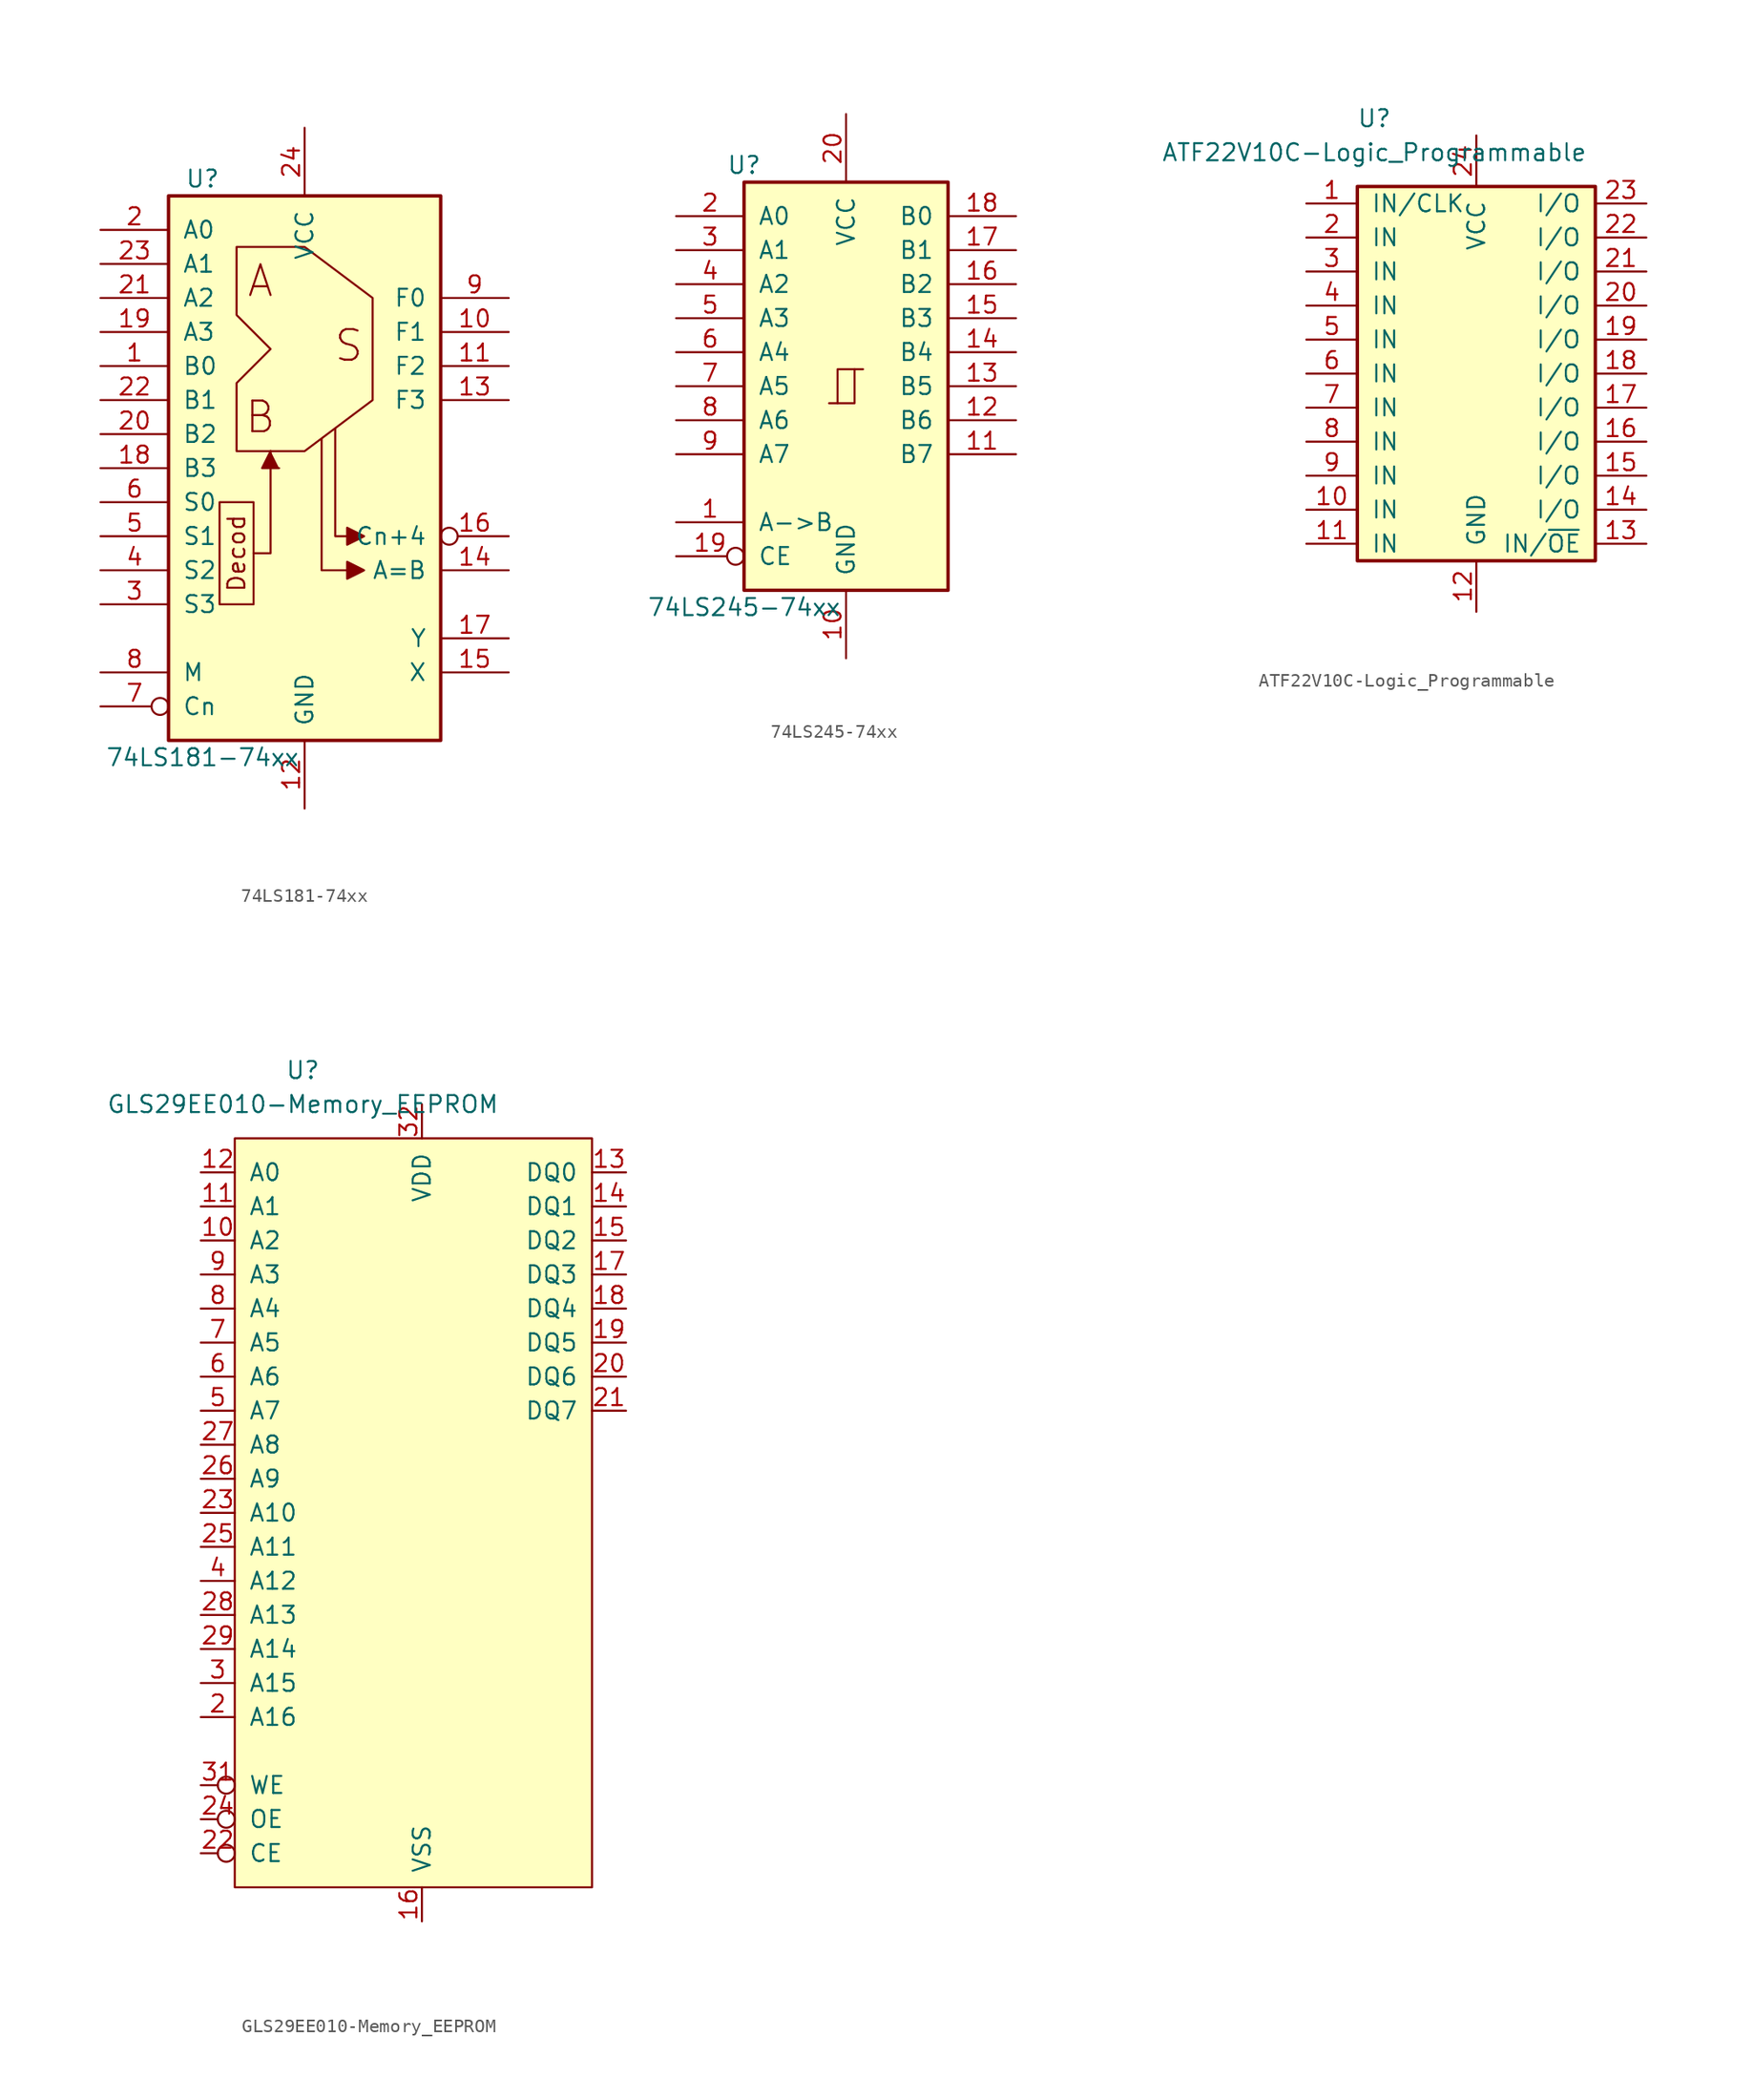
<source format=kicad_sym>
(kicad_symbol_lib
  (version 20220914)
  (generator kicad_symbol_editor)
  (symbol "74LS181-74xx"
    (pin_names
      (offset 1.016))
    (property "Reference" "U"
      (at -7.62 21.59 0)
      (effects (font (size 1.27 1.27))))
    (property "Value" "74LS181-74xx"
      (at -7.62 -21.59 0)
      (effects (font (size 1.27 1.27))))
    (property "ki_locked" ""
      (at 0 0 0)
      (effects (font (size 1.27 1.27))))
    (symbol "74LS181-74xx_1_0"
      (polyline (pts (xy -3.81 -6.35) (xy -2.54 -6.35) (xy -2.54 1.27)) (stroke (width 0) (type solid)) (fill (type none)))
      (polyline (pts (xy -2.54 1.27) (xy -3.175 0) (xy -1.905 0)) (stroke (width 0) (type solid)) (fill (type outline)))
      (polyline (pts (xy 1.27 2.159) (xy 1.27 -7.62) (xy 3.175 -7.62)) (stroke (width 0) (type solid)) (fill (type none)))
      (polyline (pts (xy 3.175 -5.08) (xy 2.286 -5.08) (xy 2.286 2.921)) (stroke (width 0) (type solid)) (fill (type none)))
      (polyline (pts (xy 4.445 -7.62) (xy 3.175 -6.985) (xy 3.175 -8.255) (xy 4.445 -7.62)) (stroke (width 0) (type solid)) (fill (type outline)))
      (polyline (pts (xy 4.445 -5.08) (xy 3.175 -4.445) (xy 3.175 -5.715) (xy 4.445 -5.08)) (stroke (width 0) (type solid)) (fill (type outline)))
      (polyline (pts (xy -6.35 -2.54) (xy -6.35 -10.16) (xy -3.81 -10.16) (xy -3.81 -2.54) (xy -6.35 -2.54)) (stroke (width 0) (type solid)) (fill (type none)))
      (polyline (pts (xy -5.08 16.51) (xy -5.08 11.43) (xy -2.54 8.89) (xy -5.08 6.35) (xy -5.08 1.27) (xy 0 1.27) (xy 5.08 5.08) (xy 5.08 12.7) (xy 0 16.51) (xy -5.08 16.51)) (stroke (width 0) (type solid)) (fill (type none)))
      (text "A" (at -3.302 13.97 0) (effects (font (size 2.286 2.286))))
      (text "B" (at -3.302 3.81 0) (effects (font (size 2.286 2.286))))
      (text "Decod" (at -5.08 -6.35 900) (effects (font (size 1.27 1.27))))
      (text "S" (at 3.302 9.144 0) (effects (font (size 2.286 2.286))))
      (pin input line (at -15.24 7.62 0) (length 5.08) (name "B0" (effects (font (size 1.27 1.27)))) (number "1" (effects (font (size 1.27 1.27)))))
      (pin output line (at 15.24 10.16 180) (length 5.08) (name "F1" (effects (font (size 1.27 1.27)))) (number "10" (effects (font (size 1.27 1.27)))))
      (pin output line (at 15.24 7.62 180) (length 5.08) (name "F2" (effects (font (size 1.27 1.27)))) (number "11" (effects (font (size 1.27 1.27)))))
      (pin power_in line (at 0 -25.4 90) (length 5.08) (name "GND" (effects (font (size 1.27 1.27)))) (number "12" (effects (font (size 1.27 1.27)))))
      (pin output line (at 15.24 5.08 180) (length 5.08) (name "F3" (effects (font (size 1.27 1.27)))) (number "13" (effects (font (size 1.27 1.27)))))
      (pin open_collector line (at 15.24 -7.62 180) (length 5.08) (name "A=B" (effects (font (size 1.27 1.27)))) (number "14" (effects (font (size 1.27 1.27)))))
      (pin output line (at 15.24 -15.24 180) (length 5.08) (name "X" (effects (font (size 1.27 1.27)))) (number "15" (effects (font (size 1.27 1.27)))))
      (pin output inverted (at 15.24 -5.08 180) (length 5.08) (name "Cn+4" (effects (font (size 1.27 1.27)))) (number "16" (effects (font (size 1.27 1.27)))))
      (pin output line (at 15.24 -12.7 180) (length 5.08) (name "Y" (effects (font (size 1.27 1.27)))) (number "17" (effects (font (size 1.27 1.27)))))
      (pin input line (at -15.24 0 0) (length 5.08) (name "B3" (effects (font (size 1.27 1.27)))) (number "18" (effects (font (size 1.27 1.27)))))
      (pin input line (at -15.24 10.16 0) (length 5.08) (name "A3" (effects (font (size 1.27 1.27)))) (number "19" (effects (font (size 1.27 1.27)))))
      (pin input line (at -15.24 17.78 0) (length 5.08) (name "A0" (effects (font (size 1.27 1.27)))) (number "2" (effects (font (size 1.27 1.27)))))
      (pin input line (at -15.24 2.54 0) (length 5.08) (name "B2" (effects (font (size 1.27 1.27)))) (number "20" (effects (font (size 1.27 1.27)))))
      (pin input line (at -15.24 12.7 0) (length 5.08) (name "A2" (effects (font (size 1.27 1.27)))) (number "21" (effects (font (size 1.27 1.27)))))
      (pin input line (at -15.24 5.08 0) (length 5.08) (name "B1" (effects (font (size 1.27 1.27)))) (number "22" (effects (font (size 1.27 1.27)))))
      (pin input line (at -15.24 15.24 0) (length 5.08) (name "A1" (effects (font (size 1.27 1.27)))) (number "23" (effects (font (size 1.27 1.27)))))
      (pin power_in line (at 0 25.4 270) (length 5.08) (name "VCC" (effects (font (size 1.27 1.27)))) (number "24" (effects (font (size 1.27 1.27)))))
      (pin input line (at -15.24 -10.16 0) (length 5.08) (name "S3" (effects (font (size 1.27 1.27)))) (number "3" (effects (font (size 1.27 1.27)))))
      (pin input line (at -15.24 -7.62 0) (length 5.08) (name "S2" (effects (font (size 1.27 1.27)))) (number "4" (effects (font (size 1.27 1.27)))))
      (pin input line (at -15.24 -5.08 0) (length 5.08) (name "S1" (effects (font (size 1.27 1.27)))) (number "5" (effects (font (size 1.27 1.27)))))
      (pin input line (at -15.24 -2.54 0) (length 5.08) (name "S0" (effects (font (size 1.27 1.27)))) (number "6" (effects (font (size 1.27 1.27)))))
      (pin input inverted (at -15.24 -17.78 0) (length 5.08) (name "Cn" (effects (font (size 1.27 1.27)))) (number "7" (effects (font (size 1.27 1.27)))))
      (pin input line (at -15.24 -15.24 0) (length 5.08) (name "M" (effects (font (size 1.27 1.27)))) (number "8" (effects (font (size 1.27 1.27)))))
      (pin output line (at 15.24 12.7 180) (length 5.08) (name "F0" (effects (font (size 1.27 1.27)))) (number "9" (effects (font (size 1.27 1.27))))))
    (symbol "74LS181-74xx_1_1"
      (rectangle (start -10.16 20.32) (end 10.16 -20.32) (stroke (width 0.254) (type solid)) (fill (type background)))))
  (symbol "74LS245-74xx"
    (pin_names
      (offset 1.016))
    (property "Reference" "U"
      (at -7.62 16.51 0)
      (effects (font (size 1.27 1.27))))
    (property "Value" "74LS245-74xx"
      (at -7.62 -16.51 0)
      (effects (font (size 1.27 1.27))))
    (property "ki_locked" ""
      (at 0 0 0)
      (effects (font (size 1.27 1.27))))
    (symbol "74LS245-74xx_1_0"
      (polyline (pts (xy -0.635 -1.27) (xy -0.635 1.27) (xy 0.635 1.27)) (stroke (width 0) (type solid)) (fill (type none)))
      (polyline (pts (xy -1.27 -1.27) (xy 0.635 -1.27) (xy 0.635 1.27) (xy 1.27 1.27)) (stroke (width 0) (type solid)) (fill (type none)))
      (pin input line (at -12.7 -10.16 0) (length 5.08) (name "A->B" (effects (font (size 1.27 1.27)))) (number "1" (effects (font (size 1.27 1.27)))))
      (pin power_in line (at 0 -20.32 90) (length 5.08) (name "GND" (effects (font (size 1.27 1.27)))) (number "10" (effects (font (size 1.27 1.27)))))
      (pin tri_state line (at 12.7 -5.08 180) (length 5.08) (name "B7" (effects (font (size 1.27 1.27)))) (number "11" (effects (font (size 1.27 1.27)))))
      (pin tri_state line (at 12.7 -2.54 180) (length 5.08) (name "B6" (effects (font (size 1.27 1.27)))) (number "12" (effects (font (size 1.27 1.27)))))
      (pin tri_state line (at 12.7 0 180) (length 5.08) (name "B5" (effects (font (size 1.27 1.27)))) (number "13" (effects (font (size 1.27 1.27)))))
      (pin tri_state line (at 12.7 2.54 180) (length 5.08) (name "B4" (effects (font (size 1.27 1.27)))) (number "14" (effects (font (size 1.27 1.27)))))
      (pin tri_state line (at 12.7 5.08 180) (length 5.08) (name "B3" (effects (font (size 1.27 1.27)))) (number "15" (effects (font (size 1.27 1.27)))))
      (pin tri_state line (at 12.7 7.62 180) (length 5.08) (name "B2" (effects (font (size 1.27 1.27)))) (number "16" (effects (font (size 1.27 1.27)))))
      (pin tri_state line (at 12.7 10.16 180) (length 5.08) (name "B1" (effects (font (size 1.27 1.27)))) (number "17" (effects (font (size 1.27 1.27)))))
      (pin tri_state line (at 12.7 12.7 180) (length 5.08) (name "B0" (effects (font (size 1.27 1.27)))) (number "18" (effects (font (size 1.27 1.27)))))
      (pin input inverted (at -12.7 -12.7 0) (length 5.08) (name "CE" (effects (font (size 1.27 1.27)))) (number "19" (effects (font (size 1.27 1.27)))))
      (pin input line (at -12.7 12.7 0) (length 5.08) (name "A0" (effects (font (size 1.27 1.27)))) (number "2" (effects (font (size 1.27 1.27)))))
      (pin power_in line (at 0 20.32 270) (length 5.08) (name "VCC" (effects (font (size 1.27 1.27)))) (number "20" (effects (font (size 1.27 1.27)))))
      (pin input line (at -12.7 10.16 0) (length 5.08) (name "A1" (effects (font (size 1.27 1.27)))) (number "3" (effects (font (size 1.27 1.27)))))
      (pin input line (at -12.7 7.62 0) (length 5.08) (name "A2" (effects (font (size 1.27 1.27)))) (number "4" (effects (font (size 1.27 1.27)))))
      (pin input line (at -12.7 5.08 0) (length 5.08) (name "A3" (effects (font (size 1.27 1.27)))) (number "5" (effects (font (size 1.27 1.27)))))
      (pin input line (at -12.7 2.54 0) (length 5.08) (name "A4" (effects (font (size 1.27 1.27)))) (number "6" (effects (font (size 1.27 1.27)))))
      (pin input line (at -12.7 0 0) (length 5.08) (name "A5" (effects (font (size 1.27 1.27)))) (number "7" (effects (font (size 1.27 1.27)))))
      (pin input line (at -12.7 -2.54 0) (length 5.08) (name "A6" (effects (font (size 1.27 1.27)))) (number "8" (effects (font (size 1.27 1.27)))))
      (pin input line (at -12.7 -5.08 0) (length 5.08) (name "A7" (effects (font (size 1.27 1.27)))) (number "9" (effects (font (size 1.27 1.27))))))
    (symbol "74LS245-74xx_1_1"
      (rectangle (start -7.62 15.24) (end 7.62 -15.24) (stroke (width 0.254) (type solid)) (fill (type background)))))
  (symbol "ATF22V10C-Logic_Programmable"
    (pin_names
      (offset 1.016))
    (property "Reference" "U"
      (at -7.62 17.78 0)
      (effects (font (size 1.27 1.27))))
    (property "Value" "ATF22V10C-Logic_Programmable"
      (at -7.62 15.24 0)
      (effects (font (size 1.27 1.27))))
    (symbol "ATF22V10C-Logic_Programmable_1_1"
      (rectangle (start -8.89 -15.24) (end 8.89 12.7) (stroke (width 0.254) (type solid)) (fill (type background)))
      (pin input line (at -12.7 11.43 0) (length 3.81) (name "IN/CLK" (effects (font (size 1.27 1.27)))) (number "1" (effects (font (size 1.27 1.27)))))
      (pin input line (at -12.7 -11.43 0) (length 3.81) (name "IN" (effects (font (size 1.27 1.27)))) (number "10" (effects (font (size 1.27 1.27)))))
      (pin input line (at -12.7 -13.97 0) (length 3.81) (name "IN" (effects (font (size 1.27 1.27)))) (number "11" (effects (font (size 1.27 1.27)))))
      (pin power_in line (at 0 -19.05 90) (length 3.81) (name "GND" (effects (font (size 1.27 1.27)))) (number "12" (effects (font (size 1.27 1.27)))))
      (pin input line (at 12.7 -13.97 180) (length 3.81) (name "IN/~{OE}" (effects (font (size 1.27 1.27)))) (number "13" (effects (font (size 1.27 1.27)))))
      (pin passive line (at 12.7 -11.43 180) (length 3.81) (name "I/O" (effects (font (size 1.27 1.27)))) (number "14" (effects (font (size 1.27 1.27)))))
      (pin passive line (at 12.7 -8.89 180) (length 3.81) (name "I/O" (effects (font (size 1.27 1.27)))) (number "15" (effects (font (size 1.27 1.27)))))
      (pin passive line (at 12.7 -6.35 180) (length 3.81) (name "I/O" (effects (font (size 1.27 1.27)))) (number "16" (effects (font (size 1.27 1.27)))))
      (pin passive line (at 12.7 -3.81 180) (length 3.81) (name "I/O" (effects (font (size 1.27 1.27)))) (number "17" (effects (font (size 1.27 1.27)))))
      (pin passive line (at 12.7 -1.27 180) (length 3.81) (name "I/O" (effects (font (size 1.27 1.27)))) (number "18" (effects (font (size 1.27 1.27)))))
      (pin passive line (at 12.7 1.27 180) (length 3.81) (name "I/O" (effects (font (size 1.27 1.27)))) (number "19" (effects (font (size 1.27 1.27)))))
      (pin input line (at -12.7 8.89 0) (length 3.81) (name "IN" (effects (font (size 1.27 1.27)))) (number "2" (effects (font (size 1.27 1.27)))))
      (pin passive line (at 12.7 3.81 180) (length 3.81) (name "I/O" (effects (font (size 1.27 1.27)))) (number "20" (effects (font (size 1.27 1.27)))))
      (pin passive line (at 12.7 6.35 180) (length 3.81) (name "I/O" (effects (font (size 1.27 1.27)))) (number "21" (effects (font (size 1.27 1.27)))))
      (pin passive line (at 12.7 8.89 180) (length 3.81) (name "I/O" (effects (font (size 1.27 1.27)))) (number "22" (effects (font (size 1.27 1.27)))))
      (pin passive line (at 12.7 11.43 180) (length 3.81) (name "I/O" (effects (font (size 1.27 1.27)))) (number "23" (effects (font (size 1.27 1.27)))))
      (pin power_in line (at 0 16.51 270) (length 3.81) (name "VCC" (effects (font (size 1.27 1.27)))) (number "24" (effects (font (size 1.27 1.27)))))
      (pin input line (at -12.7 6.35 0) (length 3.81) (name "IN" (effects (font (size 1.27 1.27)))) (number "3" (effects (font (size 1.27 1.27)))))
      (pin input line (at -12.7 3.81 0) (length 3.81) (name "IN" (effects (font (size 1.27 1.27)))) (number "4" (effects (font (size 1.27 1.27)))))
      (pin input line (at -12.7 1.27 0) (length 3.81) (name "IN" (effects (font (size 1.27 1.27)))) (number "5" (effects (font (size 1.27 1.27)))))
      (pin input line (at -12.7 -1.27 0) (length 3.81) (name "IN" (effects (font (size 1.27 1.27)))) (number "6" (effects (font (size 1.27 1.27)))))
      (pin input line (at -12.7 -3.81 0) (length 3.81) (name "IN" (effects (font (size 1.27 1.27)))) (number "7" (effects (font (size 1.27 1.27)))))
      (pin input line (at -12.7 -6.35 0) (length 3.81) (name "IN" (effects (font (size 1.27 1.27)))) (number "8" (effects (font (size 1.27 1.27)))))
      (pin input line (at -12.7 -8.89 0) (length 3.81) (name "IN" (effects (font (size 1.27 1.27)))) (number "9" (effects (font (size 1.27 1.27)))))))
  (symbol "GLS29EE010-Memory_EEPROM"
    (pin_names
      (offset 1.016))
    (property "Reference" "U"
      (at -8.89 5.08 0)
      (effects (font (size 1.27 1.27))))
    (property "Value" "GLS29EE010-Memory_EEPROM"
      (at -8.89 2.54 0)
      (effects (font (size 1.27 1.27))))
    (symbol "GLS29EE010-Memory_EEPROM_0_1"
      (rectangle (start -13.97 0) (end 12.7 -55.88) (stroke (width 0) (type solid)) (fill (type background))))
    (symbol "GLS29EE010-Memory_EEPROM_1_1"
      (pin no_connect non_logic (at 15.24 -25.4 180) (length 2.54) hide (name "NC" (effects (font (size 1.27 1.27)))) (number "1" (effects (font (size 1.27 1.27)))))
      (pin input line (at -16.51 -7.62 0) (length 2.54) (name "A2" (effects (font (size 1.27 1.27)))) (number "10" (effects (font (size 1.27 1.27)))))
      (pin input line (at -16.51 -5.08 0) (length 2.54) (name "A1" (effects (font (size 1.27 1.27)))) (number "11" (effects (font (size 1.27 1.27)))))
      (pin input line (at -16.51 -2.54 0) (length 2.54) (name "A0" (effects (font (size 1.27 1.27)))) (number "12" (effects (font (size 1.27 1.27)))))
      (pin bidirectional line (at 15.24 -2.54 180) (length 2.54) (name "DQ0" (effects (font (size 1.27 1.27)))) (number "13" (effects (font (size 1.27 1.27)))))
      (pin bidirectional line (at 15.24 -5.08 180) (length 2.54) (name "DQ1" (effects (font (size 1.27 1.27)))) (number "14" (effects (font (size 1.27 1.27)))))
      (pin bidirectional line (at 15.24 -7.62 180) (length 2.54) (name "DQ2" (effects (font (size 1.27 1.27)))) (number "15" (effects (font (size 1.27 1.27)))))
      (pin power_in line (at 0 -58.42 90) (length 2.54) (name "VSS" (effects (font (size 1.27 1.27)))) (number "16" (effects (font (size 1.27 1.27)))))
      (pin bidirectional line (at 15.24 -10.16 180) (length 2.54) (name "DQ3" (effects (font (size 1.27 1.27)))) (number "17" (effects (font (size 1.27 1.27)))))
      (pin bidirectional line (at 15.24 -12.7 180) (length 2.54) (name "DQ4" (effects (font (size 1.27 1.27)))) (number "18" (effects (font (size 1.27 1.27)))))
      (pin bidirectional line (at 15.24 -15.24 180) (length 2.54) (name "DQ5" (effects (font (size 1.27 1.27)))) (number "19" (effects (font (size 1.27 1.27)))))
      (pin input line (at -16.51 -43.18 0) (length 2.54) (name "A16" (effects (font (size 1.27 1.27)))) (number "2" (effects (font (size 1.27 1.27)))))
      (pin bidirectional line (at 15.24 -17.78 180) (length 2.54) (name "DQ6" (effects (font (size 1.27 1.27)))) (number "20" (effects (font (size 1.27 1.27)))))
      (pin bidirectional line (at 15.24 -20.32 180) (length 2.54) (name "DQ7" (effects (font (size 1.27 1.27)))) (number "21" (effects (font (size 1.27 1.27)))))
      (pin input inverted (at -16.51 -53.34 0) (length 2.54) (name "CE" (effects (font (size 1.27 1.27)))) (number "22" (effects (font (size 1.27 1.27)))))
      (pin input line (at -16.51 -27.94 0) (length 2.54) (name "A10" (effects (font (size 1.27 1.27)))) (number "23" (effects (font (size 1.27 1.27)))))
      (pin input inverted (at -16.51 -50.8 0) (length 2.54) (name "OE" (effects (font (size 1.27 1.27)))) (number "24" (effects (font (size 1.27 1.27)))))
      (pin input line (at -16.51 -30.48 0) (length 2.54) (name "A11" (effects (font (size 1.27 1.27)))) (number "25" (effects (font (size 1.27 1.27)))))
      (pin input line (at -16.51 -25.4 0) (length 2.54) (name "A9" (effects (font (size 1.27 1.27)))) (number "26" (effects (font (size 1.27 1.27)))))
      (pin input line (at -16.51 -22.86 0) (length 2.54) (name "A8" (effects (font (size 1.27 1.27)))) (number "27" (effects (font (size 1.27 1.27)))))
      (pin input line (at -16.51 -35.56 0) (length 2.54) (name "A13" (effects (font (size 1.27 1.27)))) (number "28" (effects (font (size 1.27 1.27)))))
      (pin input line (at -16.51 -38.1 0) (length 2.54) (name "A14" (effects (font (size 1.27 1.27)))) (number "29" (effects (font (size 1.27 1.27)))))
      (pin input line (at -16.51 -40.64 0) (length 2.54) (name "A15" (effects (font (size 1.27 1.27)))) (number "3" (effects (font (size 1.27 1.27)))))
      (pin no_connect non_logic (at 15.24 -27.94 180) (length 2.54) hide (name "NC" (effects (font (size 1.27 1.27)))) (number "30" (effects (font (size 1.27 1.27)))))
      (pin input inverted (at -16.51 -48.26 0) (length 2.54) (name "WE" (effects (font (size 1.27 1.27)))) (number "31" (effects (font (size 1.27 1.27)))))
      (pin power_in line (at 0 2.54 270) (length 2.54) (name "VDD" (effects (font (size 1.27 1.27)))) (number "32" (effects (font (size 1.27 1.27)))))
      (pin input line (at -16.51 -33.02 0) (length 2.54) (name "A12" (effects (font (size 1.27 1.27)))) (number "4" (effects (font (size 1.27 1.27)))))
      (pin input line (at -16.51 -20.32 0) (length 2.54) (name "A7" (effects (font (size 1.27 1.27)))) (number "5" (effects (font (size 1.27 1.27)))))
      (pin input line (at -16.51 -17.78 0) (length 2.54) (name "A6" (effects (font (size 1.27 1.27)))) (number "6" (effects (font (size 1.27 1.27)))))
      (pin input line (at -16.51 -15.24 0) (length 2.54) (name "A5" (effects (font (size 1.27 1.27)))) (number "7" (effects (font (size 1.27 1.27)))))
      (pin input line (at -16.51 -12.7 0) (length 2.54) (name "A4" (effects (font (size 1.27 1.27)))) (number "8" (effects (font (size 1.27 1.27)))))
      (pin input line (at -16.51 -10.16 0) (length 2.54) (name "A3" (effects (font (size 1.27 1.27)))) (number "9" (effects (font (size 1.27 1.27))))))))
</source>
